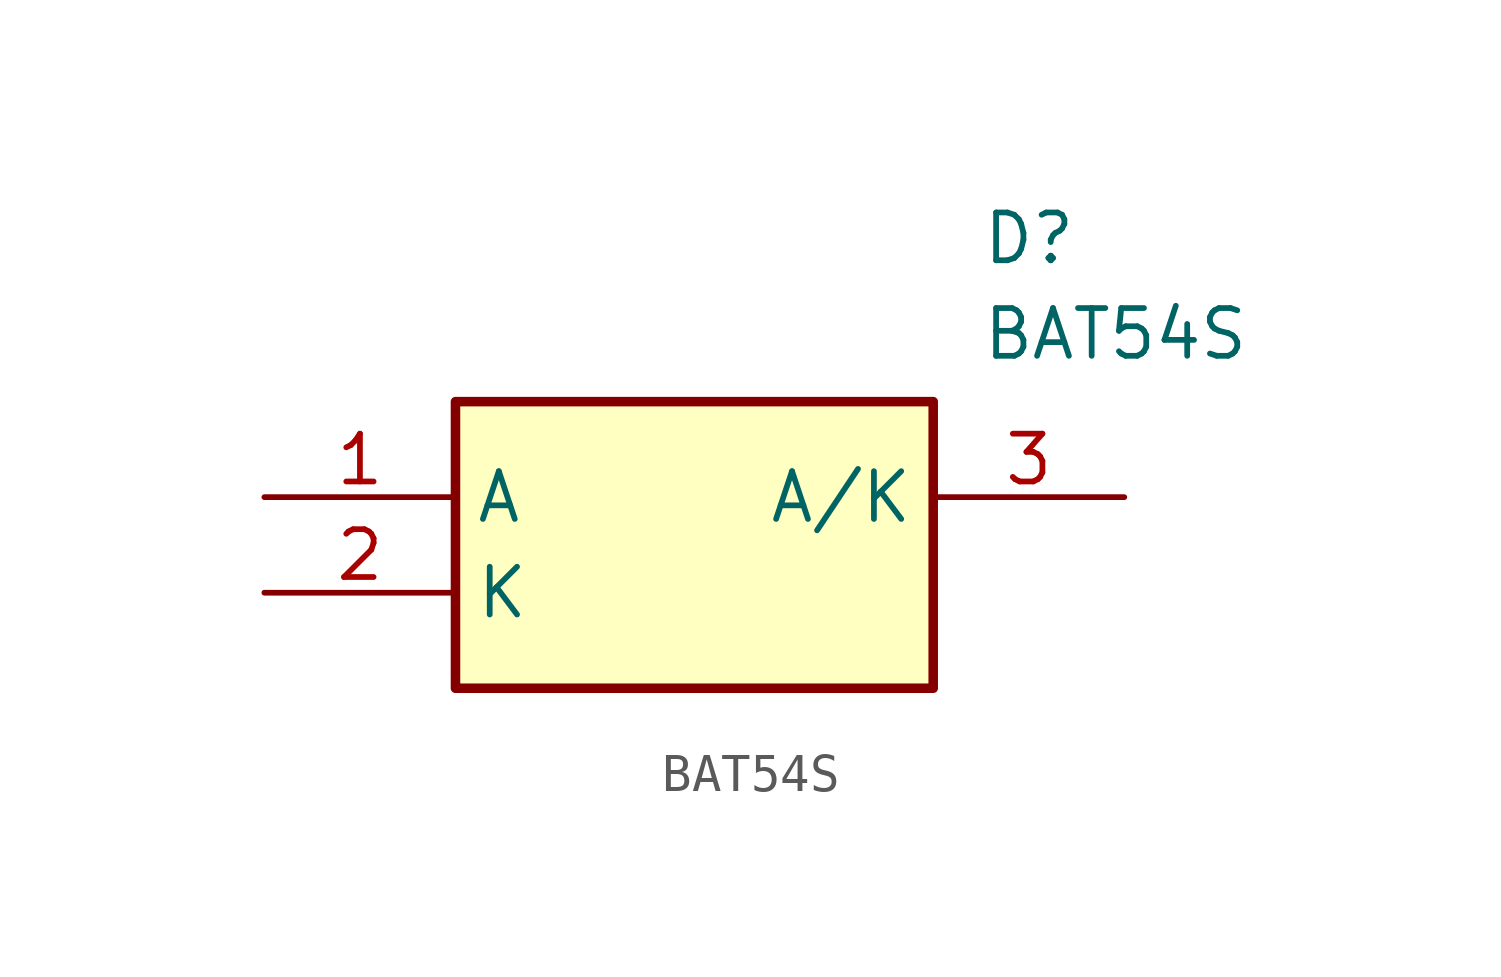
<source format=kicad_sym>
(kicad_symbol_lib
  (version 20211014)
  (generator SamacSys_ECAD_Model)
  (symbol "BAT54S"
    (property "Reference" "D"
      (at 19.05 7.62 0)
      (effects (font (size 1.27 1.27)) (justify left top)))
    (property "Value" "BAT54S"
      (at 19.05 5.08 0)
      (effects (font (size 1.27 1.27)) (justify left top)))
    (rectangle
      (start 5.08 2.54)
      (end 17.78 -5.08)
      (stroke (width 0.254) (type default))
      (fill (type background)))
    (pin passive line
      (at 0 0 0)
      (length 5.08)
      (name "A" (effects (font (size 1.27 1.27))))
      (number "1" (effects (font (size 1.27 1.27)))))
    (pin passive line
      (at 0 -2.54 0)
      (length 5.08)
      (name "K" (effects (font (size 1.27 1.27))))
      (number "2" (effects (font (size 1.27 1.27)))))
    (pin passive line
      (at 22.86 0 180)
      (length 5.08)
      (name "A/K" (effects (font (size 1.27 1.27))))
      (number "3" (effects (font (size 1.27 1.27)))))))
</source>
